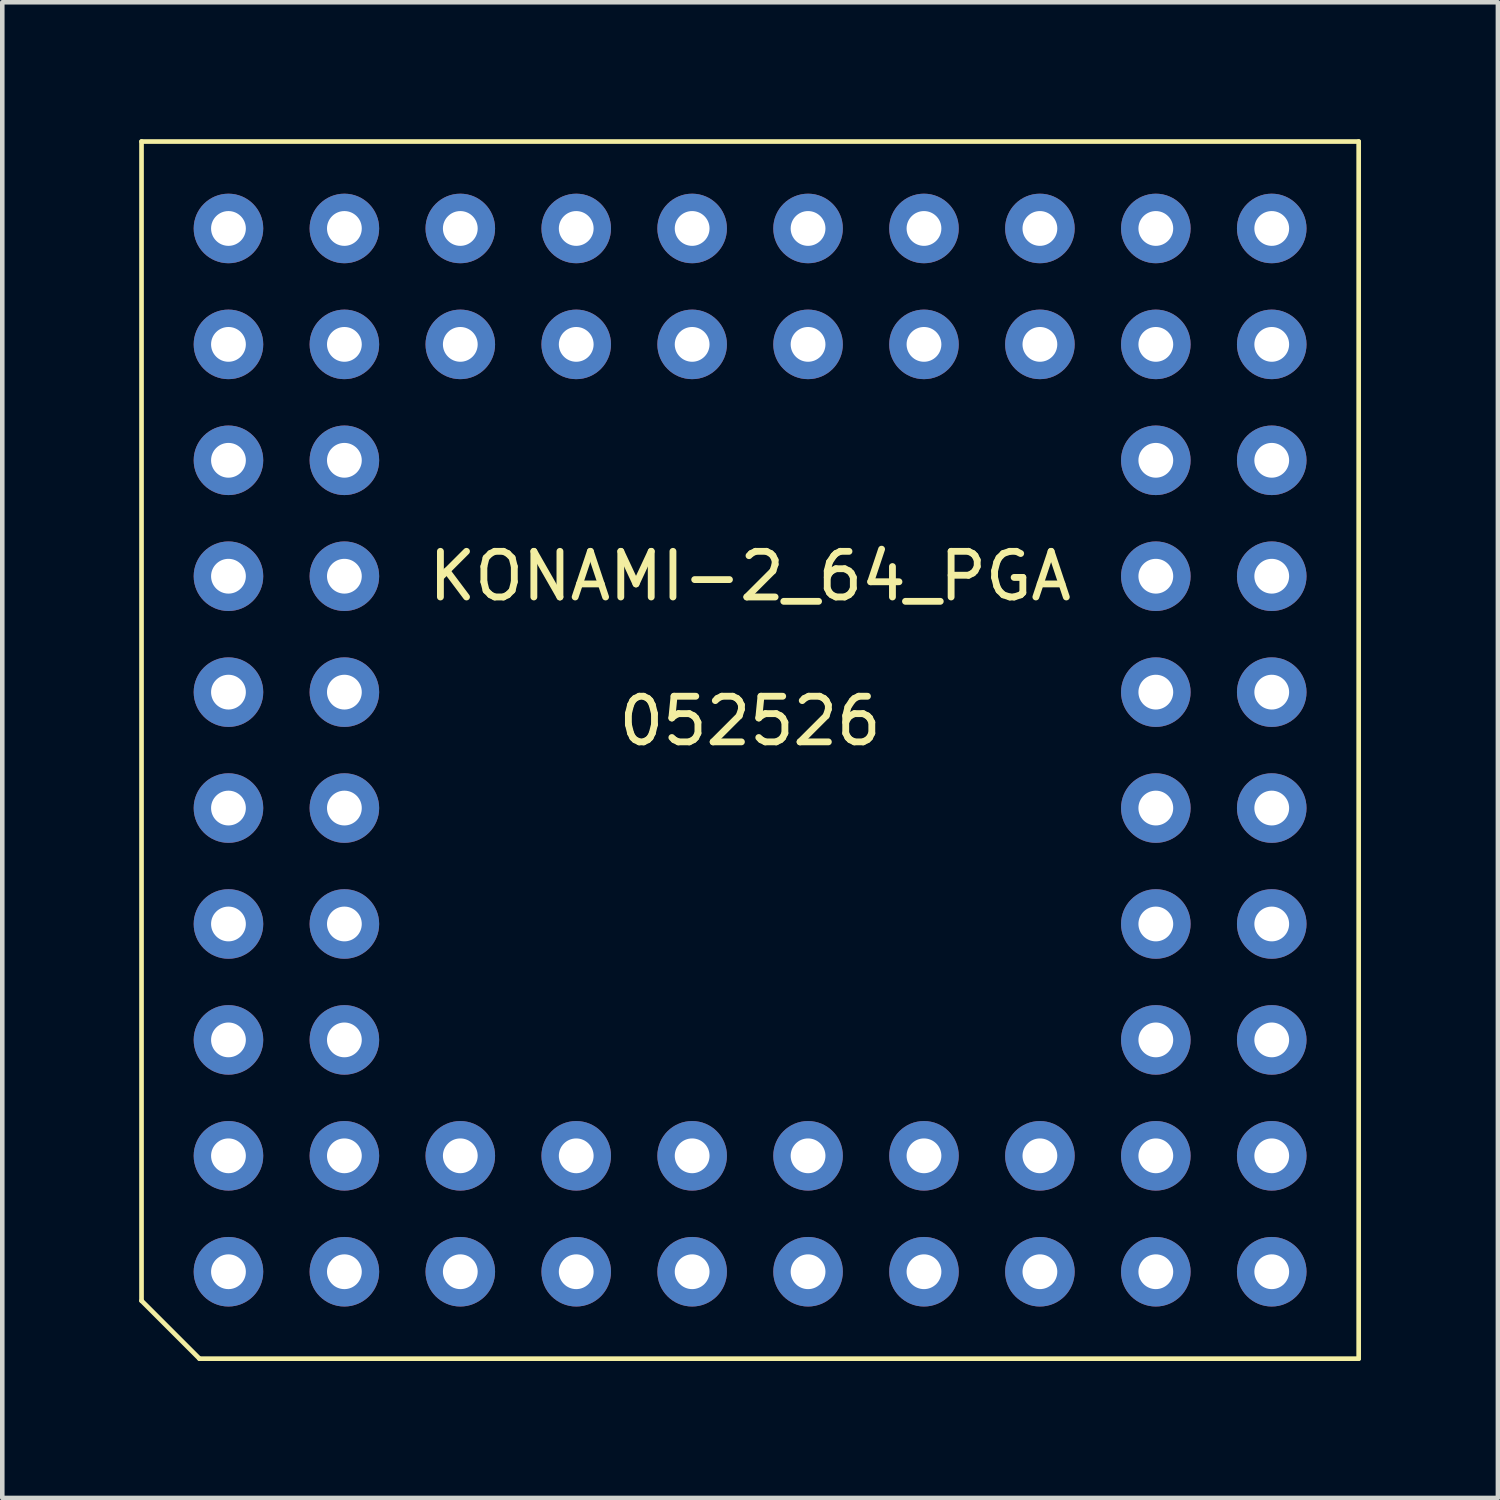
<source format=kicad_pcb>
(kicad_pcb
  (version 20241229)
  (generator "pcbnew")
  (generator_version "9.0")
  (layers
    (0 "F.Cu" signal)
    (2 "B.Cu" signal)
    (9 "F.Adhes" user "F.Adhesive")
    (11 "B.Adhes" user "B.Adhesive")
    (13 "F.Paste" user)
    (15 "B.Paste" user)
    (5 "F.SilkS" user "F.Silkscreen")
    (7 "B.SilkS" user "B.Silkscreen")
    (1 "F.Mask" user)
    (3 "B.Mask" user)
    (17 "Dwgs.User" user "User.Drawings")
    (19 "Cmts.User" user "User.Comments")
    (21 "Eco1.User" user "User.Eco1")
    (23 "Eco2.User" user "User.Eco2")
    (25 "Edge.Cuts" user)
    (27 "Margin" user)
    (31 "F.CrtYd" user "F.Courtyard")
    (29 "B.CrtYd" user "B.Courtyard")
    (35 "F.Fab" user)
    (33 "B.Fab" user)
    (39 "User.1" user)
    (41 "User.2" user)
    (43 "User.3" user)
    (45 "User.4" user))
  (footprint "KONAMI-2_64_PGA"
    (layer "F.Cu")
    (at 13.386 13.386)
    (property "Reference" "KONAMI-2_64_PGA" (at 0 -3.81 180) (layer "F.SilkS") (effects (font (size 1 1) (thickness 0.15))))
    (attr through_hole)
    (fp_line (start -13.335 -13.335) (end -13.335 12.065) (stroke (width 0.102) (type solid)) (layer "F.SilkS"))
    (fp_line (start -13.335 12.065) (end -12.065 13.335) (stroke (width 0.102) (type solid)) (layer "F.SilkS"))
    (fp_line (start -12.065 13.335) (end 13.335 13.335) (stroke (width 0.102) (type solid)) (layer "F.SilkS"))
    (fp_line (start 13.335 -13.335) (end -13.335 -13.335) (stroke (width 0.102) (type solid)) (layer "F.SilkS"))
    (fp_line (start 13.335 13.335) (end 13.335 -13.335) (stroke (width 0.102) (type solid)) (layer "F.SilkS"))
    (fp_text user "052526" (at 0 -0.635 0) (layer "F.SilkS") (effects (font (size 1 1) (thickness 0.15))))
    (pad "1" thru_hole circle (at -11.43 11.43 180) (size 1.524 1.524) (drill 0.762) (layers "*.Cu" "*.Mask"))
    (pad "2" thru_hole circle (at -8.89 11.43 180) (size 1.524 1.524) (drill 0.762) (layers "*.Cu" "*.Mask"))
    (pad "3" thru_hole circle (at -6.35 11.43 180) (size 1.524 1.524) (drill 0.762) (layers "*.Cu" "*.Mask"))
    (pad "4" thru_hole circle (at -3.81 11.43 180) (size 1.524 1.524) (drill 0.762) (layers "*.Cu" "*.Mask"))
    (pad "5" thru_hole circle (at -1.27 11.43 180) (size 1.524 1.524) (drill 0.762) (layers "*.Cu" "*.Mask"))
    (pad "6" thru_hole circle (at 1.27 11.43 180) (size 1.524 1.524) (drill 0.762) (layers "*.Cu" "*.Mask"))
    (pad "7" thru_hole circle (at 3.81 11.43 180) (size 1.524 1.524) (drill 0.762) (layers "*.Cu" "*.Mask"))
    (pad "8" thru_hole circle (at 6.35 11.43 180) (size 1.524 1.524) (drill 0.762) (layers "*.Cu" "*.Mask"))
    (pad "9" thru_hole circle (at 8.89 11.43 180) (size 1.524 1.524) (drill 0.762) (layers "*.Cu" "*.Mask"))
    (pad "10" thru_hole circle (at 11.43 11.43 180) (size 1.524 1.524) (drill 0.762) (layers "*.Cu" "*.Mask"))
    (pad "11" thru_hole circle (at 11.43 8.89 180) (size 1.524 1.524) (drill 0.762) (layers "*.Cu" "*.Mask"))
    (pad "12" thru_hole circle (at 11.43 6.35 180) (size 1.524 1.524) (drill 0.762) (layers "*.Cu" "*.Mask"))
    (pad "13" thru_hole circle (at 11.43 3.81 180) (size 1.524 1.524) (drill 0.762) (layers "*.Cu" "*.Mask"))
    (pad "14" thru_hole circle (at 11.43 1.27 180) (size 1.524 1.524) (drill 0.762) (layers "*.Cu" "*.Mask"))
    (pad "15" thru_hole circle (at 11.43 -1.27 180) (size 1.524 1.524) (drill 0.762) (layers "*.Cu" "*.Mask"))
    (pad "16" thru_hole circle (at 11.43 -3.81 180) (size 1.524 1.524) (drill 0.762) (layers "*.Cu" "*.Mask"))
    (pad "17" thru_hole circle (at 11.43 -6.35 180) (size 1.524 1.524) (drill 0.762) (layers "*.Cu" "*.Mask"))
    (pad "18" thru_hole circle (at 11.43 -8.89 180) (size 1.524 1.524) (drill 0.762) (layers "*.Cu" "*.Mask"))
    (pad "19" thru_hole circle (at 11.43 -11.43 180) (size 1.524 1.524) (drill 0.762) (layers "*.Cu" "*.Mask"))
    (pad "20" thru_hole circle (at 8.89 -11.43 180) (size 1.524 1.524) (drill 0.762) (layers "*.Cu" "*.Mask"))
    (pad "21" thru_hole circle (at 6.35 -11.43 180) (size 1.524 1.524) (drill 0.762) (layers "*.Cu" "*.Mask"))
    (pad "22" thru_hole circle (at 3.81 -11.43 180) (size 1.524 1.524) (drill 0.762) (layers "*.Cu" "*.Mask"))
    (pad "23" thru_hole circle (at 1.27 -11.43 180) (size 1.524 1.524) (drill 0.762) (layers "*.Cu" "*.Mask"))
    (pad "24" thru_hole circle (at -1.27 -11.43 180) (size 1.524 1.524) (drill 0.762) (layers "*.Cu" "*.Mask"))
    (pad "25" thru_hole circle (at -3.81 -11.43 180) (size 1.524 1.524) (drill 0.762) (layers "*.Cu" "*.Mask"))
    (pad "26" thru_hole circle (at -6.35 -11.43 180) (size 1.524 1.524) (drill 0.762) (layers "*.Cu" "*.Mask"))
    (pad "27" thru_hole circle (at -8.89 -11.43 180) (size 1.524 1.524) (drill 0.762) (layers "*.Cu" "*.Mask"))
    (pad "28" thru_hole circle (at -11.43 -11.43 180) (size 1.524 1.524) (drill 0.762) (layers "*.Cu" "*.Mask"))
    (pad "29" thru_hole circle (at -11.43 -8.89 180) (size 1.524 1.524) (drill 0.762) (layers "*.Cu" "*.Mask"))
    (pad "30" thru_hole circle (at -11.43 -6.35 180) (size 1.524 1.524) (drill 0.762) (layers "*.Cu" "*.Mask"))
    (pad "31" thru_hole circle (at -11.43 -3.81 180) (size 1.524 1.524) (drill 0.762) (layers "*.Cu" "*.Mask"))
    (pad "32" thru_hole circle (at -11.43 -1.27 180) (size 1.524 1.524) (drill 0.762) (layers "*.Cu" "*.Mask"))
    (pad "33" thru_hole circle (at -11.43 1.27 180) (size 1.524 1.524) (drill 0.762) (layers "*.Cu" "*.Mask"))
    (pad "34" thru_hole circle (at -11.43 3.81 180) (size 1.524 1.524) (drill 0.762) (layers "*.Cu" "*.Mask"))
    (pad "35" thru_hole circle (at -11.43 6.35 180) (size 1.524 1.524) (drill 0.762) (layers "*.Cu" "*.Mask"))
    (pad "36" thru_hole circle (at -11.43 8.89 180) (size 1.524 1.524) (drill 0.762) (layers "*.Cu" "*.Mask"))
    (pad "37" thru_hole circle (at -8.89 8.89 180) (size 1.524 1.524) (drill 0.762) (layers "*.Cu" "*.Mask"))
    (pad "38" thru_hole circle (at -6.35 8.89 180) (size 1.524 1.524) (drill 0.762) (layers "*.Cu" "*.Mask"))
    (pad "39" thru_hole circle (at -3.81 8.89 180) (size 1.524 1.524) (drill 0.762) (layers "*.Cu" "*.Mask"))
    (pad "40" thru_hole circle (at -1.27 8.89 180) (size 1.524 1.524) (drill 0.762) (layers "*.Cu" "*.Mask"))
    (pad "41" thru_hole circle (at 1.27 8.89 180) (size 1.524 1.524) (drill 0.762) (layers "*.Cu" "*.Mask"))
    (pad "42" thru_hole circle (at 3.81 8.89 180) (size 1.524 1.524) (drill 0.762) (layers "*.Cu" "*.Mask"))
    (pad "43" thru_hole circle (at 6.35 8.89 180) (size 1.524 1.524) (drill 0.762) (layers "*.Cu" "*.Mask"))
    (pad "44" thru_hole circle (at 8.89 8.89 180) (size 1.524 1.524) (drill 0.762) (layers "*.Cu" "*.Mask"))
    (pad "45" thru_hole circle (at 8.89 6.35 180) (size 1.524 1.524) (drill 0.762) (layers "*.Cu" "*.Mask"))
    (pad "46" thru_hole circle (at 8.89 3.81 180) (size 1.524 1.524) (drill 0.762) (layers "*.Cu" "*.Mask"))
    (pad "47" thru_hole circle (at 8.89 1.27 180) (size 1.524 1.524) (drill 0.762) (layers "*.Cu" "*.Mask"))
    (pad "48" thru_hole circle (at 8.89 -1.27 180) (size 1.524 1.524) (drill 0.762) (layers "*.Cu" "*.Mask"))
    (pad "49" thru_hole circle (at 8.89 -3.81 180) (size 1.524 1.524) (drill 0.762) (layers "*.Cu" "*.Mask"))
    (pad "50" thru_hole circle (at 8.89 -6.35 180) (size 1.524 1.524) (drill 0.762) (layers "*.Cu" "*.Mask"))
    (pad "51" thru_hole circle (at 8.89 -8.89 180) (size 1.524 1.524) (drill 0.762) (layers "*.Cu" "*.Mask"))
    (pad "52" thru_hole circle (at 6.35 -8.89 180) (size 1.524 1.524) (drill 0.762) (layers "*.Cu" "*.Mask"))
    (pad "53" thru_hole circle (at 3.81 -8.89 180) (size 1.524 1.524) (drill 0.762) (layers "*.Cu" "*.Mask"))
    (pad "54" thru_hole circle (at 1.27 -8.89 180) (size 1.524 1.524) (drill 0.762) (layers "*.Cu" "*.Mask"))
    (pad "55" thru_hole circle (at -1.27 -8.89 180) (size 1.524 1.524) (drill 0.762) (layers "*.Cu" "*.Mask"))
    (pad "56" thru_hole circle (at -3.81 -8.89 180) (size 1.524 1.524) (drill 0.762) (layers "*.Cu" "*.Mask"))
    (pad "57" thru_hole circle (at -6.35 -8.89 180) (size 1.524 1.524) (drill 0.762) (layers "*.Cu" "*.Mask"))
    (pad "58" thru_hole circle (at -8.89 -8.89 180) (size 1.524 1.524) (drill 0.762) (layers "*.Cu" "*.Mask"))
    (pad "59" thru_hole circle (at -8.89 -6.35 180) (size 1.524 1.524) (drill 0.762) (layers "*.Cu" "*.Mask"))
    (pad "60" thru_hole circle (at -8.89 -3.81 180) (size 1.524 1.524) (drill 0.762) (layers "*.Cu" "*.Mask"))
    (pad "61" thru_hole circle (at -8.89 -1.27 180) (size 1.524 1.524) (drill 0.762) (layers "*.Cu" "*.Mask"))
    (pad "62" thru_hole circle (at -8.89 1.27 180) (size 1.524 1.524) (drill 0.762) (layers "*.Cu" "*.Mask"))
    (pad "63" thru_hole circle (at -8.89 3.81 180) (size 1.524 1.524) (drill 0.762) (layers "*.Cu" "*.Mask"))
    (pad "64" thru_hole circle (at -8.89 6.35 180) (size 1.524 1.524) (drill 0.762) (layers "*.Cu" "*.Mask")))
  (gr_rect
    (start -3 -3)
    (end 29.772 29.772)
    (stroke (width 0.1) (type default))
    (fill no)
    (layer "Edge.Cuts")))
</source>
